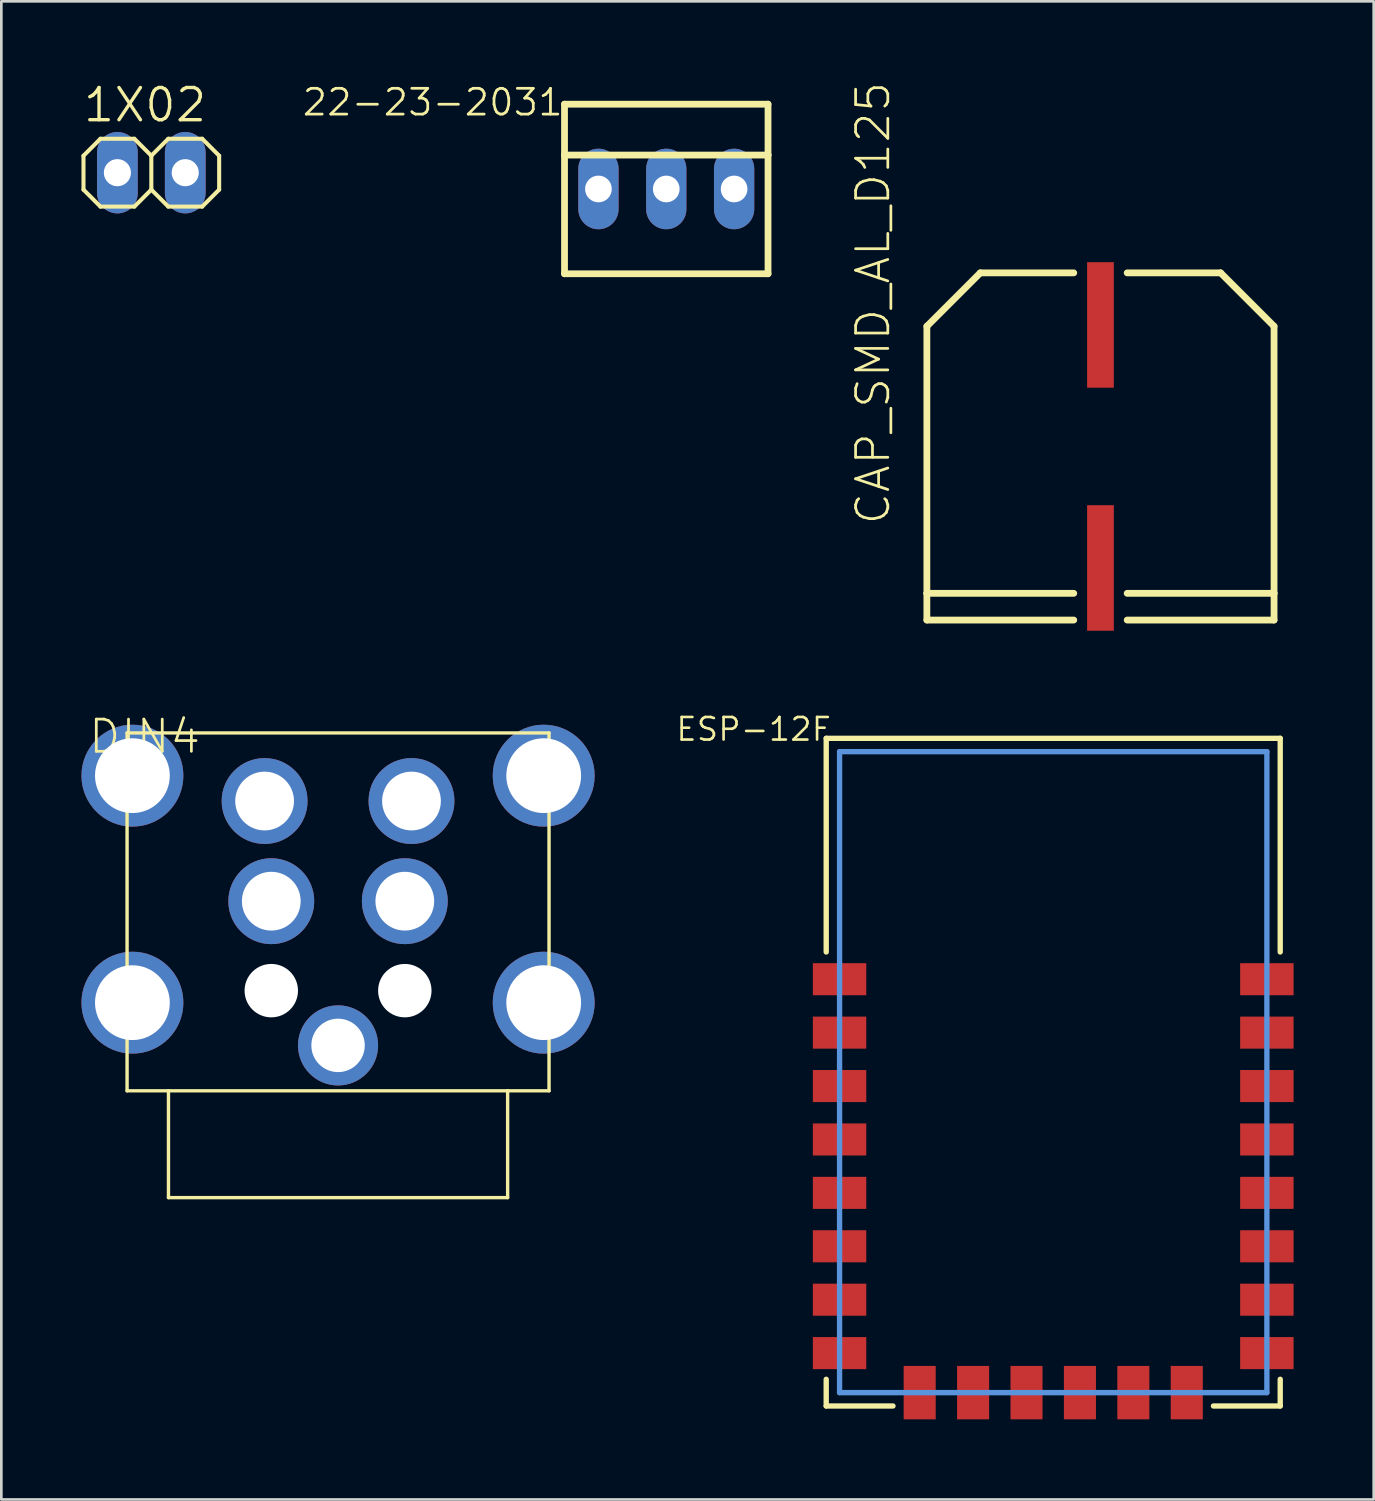
<source format=kicad_pcb>
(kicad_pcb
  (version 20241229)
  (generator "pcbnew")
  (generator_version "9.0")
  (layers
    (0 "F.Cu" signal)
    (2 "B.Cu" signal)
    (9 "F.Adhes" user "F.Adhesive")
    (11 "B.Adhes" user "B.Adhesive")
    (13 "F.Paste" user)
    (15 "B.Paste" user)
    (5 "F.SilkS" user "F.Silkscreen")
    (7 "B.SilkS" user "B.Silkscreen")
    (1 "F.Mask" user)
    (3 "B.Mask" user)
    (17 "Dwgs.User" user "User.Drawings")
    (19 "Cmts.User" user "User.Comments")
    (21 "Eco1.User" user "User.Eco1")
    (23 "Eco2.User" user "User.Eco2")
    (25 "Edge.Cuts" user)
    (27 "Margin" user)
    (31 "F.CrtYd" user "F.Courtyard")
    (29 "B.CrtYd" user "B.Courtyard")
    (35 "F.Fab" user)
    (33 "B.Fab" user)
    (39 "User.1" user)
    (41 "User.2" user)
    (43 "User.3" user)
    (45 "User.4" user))
  (footprint "1X02"
    (layer "F.Cu")
    (at 2.616 3.416)
    (property "Reference" "1X02" (at -2.616 -1.829 0) (layer "F.SilkS") (effects (font (size 1.206 1.206) (thickness 0.127)) (justify left bottom)))
    (attr through_hole)
    (fp_line (start -2.54 -0.635) (end -2.54 0.635) (stroke (width 0.152) (type solid)) (layer "F.SilkS"))
    (fp_line (start -2.54 0.635) (end -1.905 1.27) (stroke (width 0.152) (type solid)) (layer "F.SilkS"))
    (fp_line (start -1.905 -1.27) (end -2.54 -0.635) (stroke (width 0.152) (type solid)) (layer "F.SilkS"))
    (fp_line (start -1.905 -1.27) (end -0.635 -1.27) (stroke (width 0.152) (type solid)) (layer "F.SilkS"))
    (fp_line (start -0.635 -1.27) (end 0 -0.635) (stroke (width 0.152) (type solid)) (layer "F.SilkS"))
    (fp_line (start -0.635 1.27) (end -1.905 1.27) (stroke (width 0.152) (type solid)) (layer "F.SilkS"))
    (fp_line (start 0 -0.635) (end 0 0.635) (stroke (width 0.152) (type solid)) (layer "F.SilkS"))
    (fp_line (start 0 -0.635) (end 0.635 -1.27) (stroke (width 0.152) (type solid)) (layer "F.SilkS"))
    (fp_line (start 0 0.635) (end -0.635 1.27) (stroke (width 0.152) (type solid)) (layer "F.SilkS"))
    (fp_line (start 0.635 -1.27) (end 1.905 -1.27) (stroke (width 0.152) (type solid)) (layer "F.SilkS"))
    (fp_line (start 0.635 1.27) (end 0 0.635) (stroke (width 0.152) (type solid)) (layer "F.SilkS"))
    (fp_line (start 1.905 -1.27) (end 2.54 -0.635) (stroke (width 0.152) (type solid)) (layer "F.SilkS"))
    (fp_line (start 1.905 1.27) (end 0.635 1.27) (stroke (width 0.152) (type solid)) (layer "F.SilkS"))
    (fp_line (start 2.54 -0.635) (end 2.54 0.635) (stroke (width 0.152) (type solid)) (layer "F.SilkS"))
    (fp_line (start 2.54 0.635) (end 1.905 1.27) (stroke (width 0.152) (type solid)) (layer "F.SilkS"))
    (fp_poly (pts (xy -1.524 0.254) (xy -1.016 0.254) (xy -1.016 -0.254) (xy -1.524 -0.254)) (stroke (width 0.1) (type solid)) (fill no) (layer "F.Fab"))
    (fp_poly (pts (xy 1.016 0.254) (xy 1.524 0.254) (xy 1.524 -0.254) (xy 1.016 -0.254)) (stroke (width 0.1) (type solid)) (fill no) (layer "F.Fab"))
    (pad "1" thru_hole oval (at -1.27 0 90) (size 3.048 1.524) (drill 1.016) (layers "*.Cu" "*.Mask"))
    (pad "2" thru_hole oval (at 1.27 0 90) (size 3.048 1.524) (drill 1.016) (layers "*.Cu" "*.Mask")))
  (footprint "CAP_SMD_AL_D125"
    (layer "F.Cu")
    (at 38.156 13.667)
    (property "Reference" "CAP_SMD_AL_D125" (at -7.81 3 90) (layer "F.SilkS") (effects (font (size 1.206 1.206) (thickness 0.102)) (justify left bottom)))
    (attr through_hole)
    (fp_line (start -6.5 -4.5) (end -6.5 5.5) (stroke (width 0.254) (type solid)) (layer "F.SilkS"))
    (fp_line (start -6.5 -4.5) (end -4.5 -6.5) (stroke (width 0.254) (type solid)) (layer "F.SilkS"))
    (fp_line (start -6.5 5.5) (end -6.5 6.5) (stroke (width 0.254) (type solid)) (layer "F.SilkS"))
    (fp_line (start -6.5 5.5) (end -1 5.5) (stroke (width 0.254) (type solid)) (layer "F.SilkS"))
    (fp_line (start -4.5 -6.5) (end -1 -6.5) (stroke (width 0.254) (type solid)) (layer "F.SilkS"))
    (fp_line (start -1 6.5) (end -6.5 6.5) (stroke (width 0.254) (type solid)) (layer "F.SilkS"))
    (fp_line (start 1 -6.5) (end 4.5 -6.5) (stroke (width 0.254) (type solid)) (layer "F.SilkS"))
    (fp_line (start 1 5.5) (end 6.5 5.5) (stroke (width 0.254) (type solid)) (layer "F.SilkS"))
    (fp_line (start 4.5 -6.5) (end 6.5 -4.5) (stroke (width 0.254) (type solid)) (layer "F.SilkS"))
    (fp_line (start 6.5 5.5) (end 6.5 -4.5) (stroke (width 0.254) (type solid)) (layer "F.SilkS"))
    (fp_line (start 6.5 6.5) (end 1 6.5) (stroke (width 0.254) (type solid)) (layer "F.SilkS"))
    (fp_line (start 6.5 6.5) (end 6.5 5.5) (stroke (width 0.254) (type solid)) (layer "F.SilkS"))
    (pad "P$M" smd rect (at 0 4.55 90) (size 4.7 1) (layers "F.Cu" "F.Mask" "F.Paste"))
    (pad "P$P" smd rect (at 0 -4.55 90) (size 4.7 1) (layers "F.Cu" "F.Mask" "F.Paste")))
  (footprint "ESP-12F"
    (layer "F.Cu")
    (at 36.387 37.096)
    (property "Reference" "ESP-12F" (at -8.255 -13.335 0) (layer "F.SilkS") (effects (font (size 0.845 0.845) (thickness 0.098)) (justify right top)))
    (attr through_hole)
    (fp_line (start -8.5 -12.5) (end -8.5 -4.5) (stroke (width 0.2) (type solid)) (layer "F.SilkS"))
    (fp_line (start -8.5 -12.5) (end 8.5 -12.5) (stroke (width 0.2) (type solid)) (layer "F.SilkS"))
    (fp_line (start -8.5 11.5) (end -8.5 12.5) (stroke (width 0.2) (type solid)) (layer "F.SilkS"))
    (fp_line (start -8.5 12.5) (end -6 12.5) (stroke (width 0.2) (type solid)) (layer "F.SilkS"))
    (fp_line (start 8.5 -12.5) (end 8.5 -4.5) (stroke (width 0.2) (type solid)) (layer "F.SilkS"))
    (fp_line (start 8.5 12.5) (end 6 12.5) (stroke (width 0.2) (type solid)) (layer "F.SilkS"))
    (fp_line (start 8.5 12.5) (end 8.5 11.5) (stroke (width 0.2) (type solid)) (layer "F.SilkS"))
    (fp_line (start -8 -12) (end 8 -12) (stroke (width 0.2) (type solid)) (layer "Cmts.User"))
    (fp_line (start -8 12) (end -8 -12) (stroke (width 0.2) (type solid)) (layer "Cmts.User"))
    (fp_line (start 8 -12) (end 8 12) (stroke (width 0.2) (type solid)) (layer "Cmts.User"))
    (fp_line (start 8 12) (end -8 12) (stroke (width 0.2) (type solid)) (layer "Cmts.User"))
    (pad "1" smd rect (at -8 -3.48) (size 2 1.2) (layers "F.Cu" "F.Mask" "F.Paste"))
    (pad "2" smd rect (at -8 -1.48) (size 2 1.2) (layers "F.Cu" "F.Mask" "F.Paste"))
    (pad "3" smd rect (at -8 0.52) (size 2 1.2) (layers "F.Cu" "F.Mask" "F.Paste"))
    (pad "4" smd rect (at -8 2.52) (size 2 1.2) (layers "F.Cu" "F.Mask" "F.Paste"))
    (pad "5" smd rect (at -8 4.52) (size 2 1.2) (layers "F.Cu" "F.Mask" "F.Paste"))
    (pad "6" smd rect (at -8 6.52) (size 2 1.2) (layers "F.Cu" "F.Mask" "F.Paste"))
    (pad "7" smd rect (at -8 8.52) (size 2 1.2) (layers "F.Cu" "F.Mask" "F.Paste"))
    (pad "8" smd rect (at -8 10.52) (size 2 1.2) (layers "F.Cu" "F.Mask" "F.Paste"))
    (pad "9" smd rect (at -5 12 90) (size 2 1.2) (layers "F.Cu" "F.Mask" "F.Paste"))
    (pad "10" smd rect (at -3 12 90) (size 2 1.2) (layers "F.Cu" "F.Mask" "F.Paste"))
    (pad "11" smd rect (at -1 12 90) (size 2 1.2) (layers "F.Cu" "F.Mask" "F.Paste"))
    (pad "12" smd rect (at 1 12 90) (size 2 1.2) (layers "F.Cu" "F.Mask" "F.Paste"))
    (pad "13" smd rect (at 3 12 90) (size 2 1.2) (layers "F.Cu" "F.Mask" "F.Paste"))
    (pad "14" smd rect (at 5 12 90) (size 2 1.2) (layers "F.Cu" "F.Mask" "F.Paste"))
    (pad "15" smd rect (at 8 10.52) (size 2 1.2) (layers "F.Cu" "F.Mask" "F.Paste"))
    (pad "16" smd rect (at 8 8.52) (size 2 1.2) (layers "F.Cu" "F.Mask" "F.Paste"))
    (pad "17" smd rect (at 8 6.52) (size 2 1.2) (layers "F.Cu" "F.Mask" "F.Paste"))
    (pad "18" smd rect (at 8 4.52) (size 2 1.2) (layers "F.Cu" "F.Mask" "F.Paste"))
    (pad "19" smd rect (at 8 2.52) (size 2 1.2) (layers "F.Cu" "F.Mask" "F.Paste"))
    (pad "20" smd rect (at 8 0.52) (size 2 1.2) (layers "F.Cu" "F.Mask" "F.Paste"))
    (pad "21" smd rect (at 8 -1.48) (size 2 1.2) (layers "F.Cu" "F.Mask" "F.Paste"))
    (pad "22" smd rect (at 8 -3.48) (size 2 1.2) (layers "F.Cu" "F.Mask" "F.Paste")))
  (footprint "DIN4"
    (layer "F.Cu")
    (at 9.608 37.794)
    (property "Reference" "DIN4" (at -5.08 -13.97 0) (layer "F.SilkS") (effects (font (size 1.206 1.206) (thickness 0.102)) (justify right top)))
    (attr through_hole)
    (fp_line (start -7.9 -13.4) (end 7.9 -13.4) (stroke (width 0.127) (type solid)) (layer "F.SilkS"))
    (fp_line (start -7.9 0) (end -7.9 -13.4) (stroke (width 0.127) (type solid)) (layer "F.SilkS"))
    (fp_line (start -7.9 0) (end -6.35 0) (stroke (width 0.127) (type solid)) (layer "F.SilkS"))
    (fp_line (start -6.35 0) (end -6.35 4) (stroke (width 0.127) (type solid)) (layer "F.SilkS"))
    (fp_line (start -6.35 0) (end 6.35 0) (stroke (width 0.127) (type solid)) (layer "F.SilkS"))
    (fp_line (start -6.35 4) (end 6.35 4) (stroke (width 0.127) (type solid)) (layer "F.SilkS"))
    (fp_line (start 6.35 0) (end 7.9 0) (stroke (width 0.127) (type solid)) (layer "F.SilkS"))
    (fp_line (start 6.35 4) (end 6.35 0) (stroke (width 0.127) (type solid)) (layer "F.SilkS"))
    (fp_line (start 7.9 -13.4) (end 7.9 0) (stroke (width 0.127) (type solid)) (layer "F.SilkS"))
    (pad "" np_thru_hole circle (at -2.5 -3.75) (size 2 2) (drill 2) (layers "*.Cu" "*.Mask"))
    (pad "" np_thru_hole circle (at 2.5 -3.75) (size 2 2) (drill 2) (layers "*.Cu" "*.Mask"))
    (pad "P$1" thru_hole circle (at -2.75 -10.85) (size 3.216 3.216) (drill 2.2) (layers "*.Cu" "*.Mask"))
    (pad "P$2" thru_hole circle (at 2.75 -10.85) (size 3.216 3.216) (drill 2.2) (layers "*.Cu" "*.Mask"))
    (pad "P$3" thru_hole circle (at -2.5 -7.1) (size 3.216 3.216) (drill 2.2) (layers "*.Cu" "*.Mask"))
    (pad "P$4" thru_hole circle (at 2.5 -7.1) (size 3.216 3.216) (drill 2.2) (layers "*.Cu" "*.Mask"))
    (pad "P$5" thru_hole circle (at 0 -1.7) (size 3 3) (drill 2) (layers "*.Cu" "*.Mask"))
    (pad "P$6" thru_hole circle (at -7.7 -11.8) (size 3.816 3.816) (drill 2.8) (layers "*.Cu" "*.Mask"))
    (pad "P$7" thru_hole circle (at -7.7 -3.3) (size 3.816 3.816) (drill 2.8) (layers "*.Cu" "*.Mask"))
    (pad "P$8" thru_hole circle (at 7.7 -3.3) (size 3.816 3.816) (drill 2.8) (layers "*.Cu" "*.Mask"))
    (pad "P$9" thru_hole circle (at 7.7 -11.8) (size 3.816 3.816) (drill 2.8) (layers "*.Cu" "*.Mask")))
  (footprint "22-23-2031"
    (layer "F.Cu")
    (at 21.898 4.026)
    (property "Reference" "22-23-2031" (at -3.81 -3.81 0) (layer "F.SilkS") (effects (font (size 0.965 0.965) (thickness 0.102)) (justify right top)))
    (attr through_hole)
    (fp_line (start -3.81 -3.175) (end 3.81 -3.175) (stroke (width 0.254) (type solid)) (layer "F.SilkS"))
    (fp_line (start -3.81 -1.27) (end -3.81 -3.175) (stroke (width 0.254) (type solid)) (layer "F.SilkS"))
    (fp_line (start -3.81 -1.27) (end 3.81 -1.27) (stroke (width 0.254) (type solid)) (layer "F.SilkS"))
    (fp_line (start -3.81 3.175) (end -3.81 -1.27) (stroke (width 0.254) (type solid)) (layer "F.SilkS"))
    (fp_line (start 3.81 -3.175) (end 3.81 -1.27) (stroke (width 0.254) (type solid)) (layer "F.SilkS"))
    (fp_line (start 3.81 -1.27) (end 3.81 3.175) (stroke (width 0.254) (type solid)) (layer "F.SilkS"))
    (fp_line (start 3.81 3.175) (end -3.81 3.175) (stroke (width 0.254) (type solid)) (layer "F.SilkS"))
    (pad "1" thru_hole oval (at -2.54 0 90) (size 3.016 1.508) (drill 1) (layers "*.Cu" "*.Mask"))
    (pad "2" thru_hole oval (at 0 0 90) (size 3.016 1.508) (drill 1) (layers "*.Cu" "*.Mask"))
    (pad "3" thru_hole oval (at 2.54 0 90) (size 3.016 1.508) (drill 1) (layers "*.Cu" "*.Mask")))
  (gr_rect
    (start -3 -3)
    (end 48.387 53.096)
    (stroke (width 0.1) (type default))
    (fill no)
    (layer "Edge.Cuts")))
</source>
